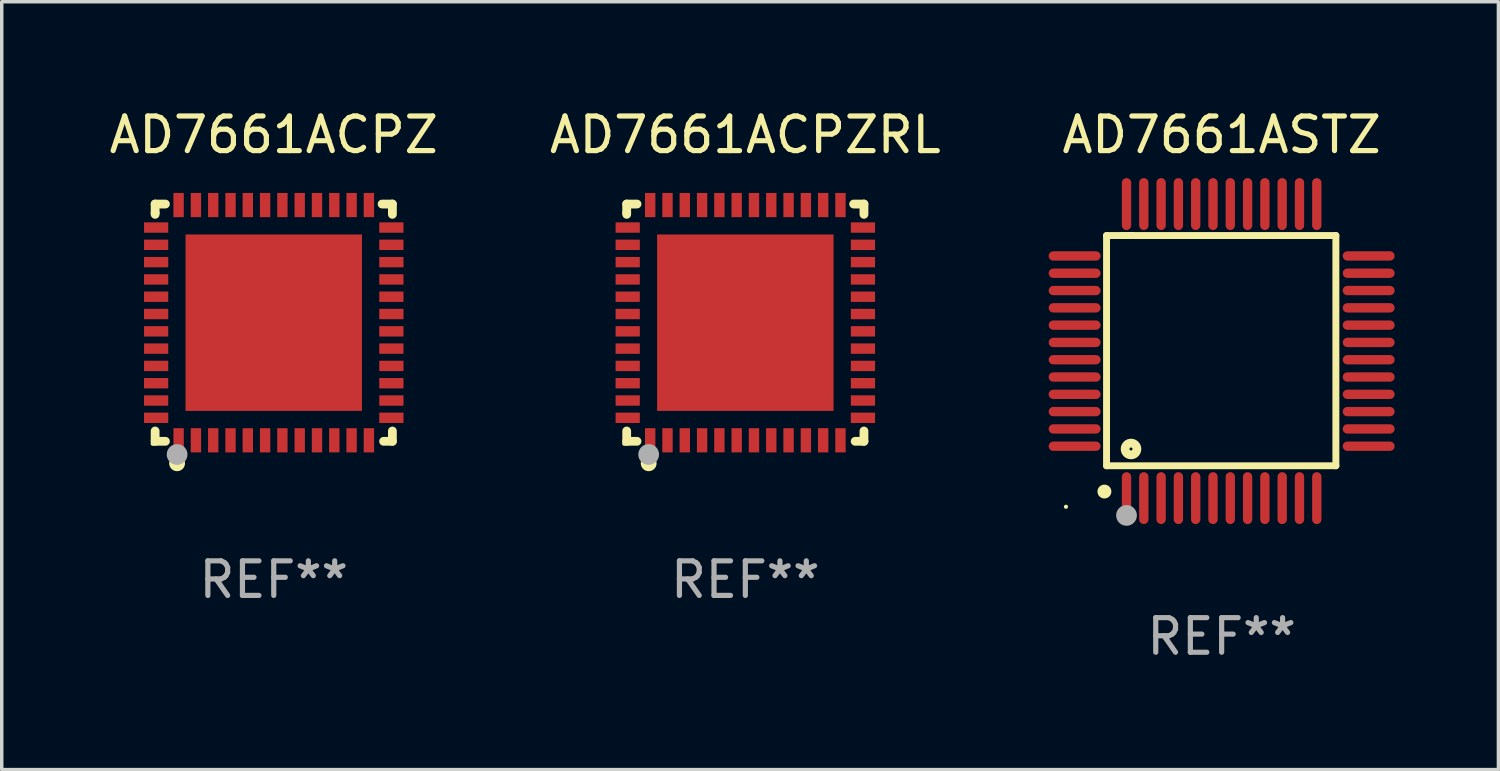
<source format=kicad_pcb>
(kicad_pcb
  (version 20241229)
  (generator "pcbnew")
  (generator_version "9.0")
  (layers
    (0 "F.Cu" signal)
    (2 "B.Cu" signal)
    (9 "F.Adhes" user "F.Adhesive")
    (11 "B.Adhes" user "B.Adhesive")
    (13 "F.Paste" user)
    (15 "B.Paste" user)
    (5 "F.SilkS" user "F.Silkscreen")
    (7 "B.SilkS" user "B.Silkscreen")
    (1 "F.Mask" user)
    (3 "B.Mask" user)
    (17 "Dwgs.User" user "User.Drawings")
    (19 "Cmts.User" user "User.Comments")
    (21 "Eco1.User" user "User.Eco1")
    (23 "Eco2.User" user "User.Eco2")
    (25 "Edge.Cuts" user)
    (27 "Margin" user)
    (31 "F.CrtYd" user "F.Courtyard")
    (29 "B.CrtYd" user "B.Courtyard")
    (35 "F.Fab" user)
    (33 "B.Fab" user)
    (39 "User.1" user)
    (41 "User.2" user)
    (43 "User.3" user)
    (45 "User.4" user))
  (footprint "AD7661ACPZ"
    (layer "F.Cu")
    (at 4.863 6.277)
    (property "Reference" "AD7661ACPZ" (at 0 -5.429 0) (layer "F.SilkS") (effects (font (size 1 1) (thickness 0.15))))
    (attr through_hole)
    (fp_line (start -3.429 -3.429) (end -3.429 -3.175) (stroke (width 0.254) (type solid)) (layer "F.SilkS"))
    (fp_line (start -3.429 -3.175) (end -3.429 -3.131) (stroke (width 0.254) (type solid)) (layer "F.SilkS"))
    (fp_line (start -3.429 3.131) (end -3.429 3.429) (stroke (width 0.254) (type solid)) (layer "F.SilkS"))
    (fp_line (start -3.429 3.429) (end -3.131 3.429) (stroke (width 0.254) (type solid)) (layer "F.SilkS"))
    (fp_line (start -3.131 -3.429) (end -3.429 -3.429) (stroke (width 0.254) (type solid)) (layer "F.SilkS"))
    (fp_line (start 3.131 -3.429) (end 3.429 -3.429) (stroke (width 0.254) (type solid)) (layer "F.SilkS"))
    (fp_line (start 3.429 -3.429) (end 3.429 -3.131) (stroke (width 0.254) (type solid)) (layer "F.SilkS"))
    (fp_line (start 3.429 3.131) (end 3.429 3.429) (stroke (width 0.254) (type solid)) (layer "F.SilkS"))
    (fp_line (start 3.429 3.429) (end 3.175 3.429) (stroke (width 0.254) (type solid)) (layer "F.SilkS"))
    (fp_circle (center -3.5 3.5) (end -3.47 3.5) (stroke (width 0.06) (type solid)) (fill no) (layer "F.SilkS"))
    (fp_circle (center -2.794 4.064) (end -2.667 4.064) (stroke (width 0.204) (type solid)) (fill no) (layer "F.SilkS"))
    (fp_circle (center -2.794 3.81) (end -2.644 3.81) (stroke (width 0.3) (type solid)) (fill no) (layer "F.Fab"))
    (fp_text user "REF**" (at 0 7.429 0) (layer "F.Fab") (effects (font (size 1 1) (thickness 0.15))))
    (pad "1" smd rect (at -2.75 3.4) (size 0.3 0.7) (layers "F.Cu" "F.Mask" "F.Paste"))
    (pad "2" smd rect (at -2.25 3.4) (size 0.3 0.7) (layers "F.Cu" "F.Mask" "F.Paste"))
    (pad "3" smd rect (at -1.75 3.4) (size 0.3 0.7) (layers "F.Cu" "F.Mask" "F.Paste"))
    (pad "4" smd rect (at -1.25 3.4) (size 0.3 0.7) (layers "F.Cu" "F.Mask" "F.Paste"))
    (pad "5" smd rect (at -0.75 3.4) (size 0.3 0.7) (layers "F.Cu" "F.Mask" "F.Paste"))
    (pad "6" smd rect (at -0.25 3.4) (size 0.3 0.7) (layers "F.Cu" "F.Mask" "F.Paste"))
    (pad "7" smd rect (at 0.25 3.4) (size 0.3 0.7) (layers "F.Cu" "F.Mask" "F.Paste"))
    (pad "8" smd rect (at 0.75 3.4) (size 0.3 0.7) (layers "F.Cu" "F.Mask" "F.Paste"))
    (pad "9" smd rect (at 1.25 3.4) (size 0.3 0.7) (layers "F.Cu" "F.Mask" "F.Paste"))
    (pad "10" smd rect (at 1.75 3.4) (size 0.3 0.7) (layers "F.Cu" "F.Mask" "F.Paste"))
    (pad "11" smd rect (at 2.25 3.4) (size 0.3 0.7) (layers "F.Cu" "F.Mask" "F.Paste"))
    (pad "12" smd rect (at 2.75 3.4) (size 0.3 0.7) (layers "F.Cu" "F.Mask" "F.Paste"))
    (pad "13" smd rect (at 3.4 2.75) (size 0.7 0.3) (layers "F.Cu" "F.Mask" "F.Paste"))
    (pad "14" smd rect (at 3.4 2.25) (size 0.7 0.3) (layers "F.Cu" "F.Mask" "F.Paste"))
    (pad "15" smd rect (at 3.4 1.75) (size 0.7 0.3) (layers "F.Cu" "F.Mask" "F.Paste"))
    (pad "16" smd rect (at 3.4 1.25) (size 0.7 0.3) (layers "F.Cu" "F.Mask" "F.Paste"))
    (pad "17" smd rect (at 3.4 0.75) (size 0.7 0.3) (layers "F.Cu" "F.Mask" "F.Paste"))
    (pad "18" smd rect (at 3.4 0.25) (size 0.7 0.3) (layers "F.Cu" "F.Mask" "F.Paste"))
    (pad "19" smd rect (at 3.4 -0.25) (size 0.7 0.3) (layers "F.Cu" "F.Mask" "F.Paste"))
    (pad "20" smd rect (at 3.4 -0.75) (size 0.7 0.3) (layers "F.Cu" "F.Mask" "F.Paste"))
    (pad "21" smd rect (at 3.4 -1.25) (size 0.7 0.3) (layers "F.Cu" "F.Mask" "F.Paste"))
    (pad "22" smd rect (at 3.4 -1.75) (size 0.7 0.3) (layers "F.Cu" "F.Mask" "F.Paste"))
    (pad "23" smd rect (at 3.4 -2.25) (size 0.7 0.3) (layers "F.Cu" "F.Mask" "F.Paste"))
    (pad "24" smd rect (at 3.4 -2.75) (size 0.7 0.3) (layers "F.Cu" "F.Mask" "F.Paste"))
    (pad "25" smd rect (at 2.75 -3.4) (size 0.3 0.7) (layers "F.Cu" "F.Mask" "F.Paste"))
    (pad "26" smd rect (at 2.25 -3.4) (size 0.3 0.7) (layers "F.Cu" "F.Mask" "F.Paste"))
    (pad "27" smd rect (at 1.75 -3.4) (size 0.3 0.7) (layers "F.Cu" "F.Mask" "F.Paste"))
    (pad "28" smd rect (at 1.25 -3.4) (size 0.3 0.7) (layers "F.Cu" "F.Mask" "F.Paste"))
    (pad "29" smd rect (at 0.75 -3.4) (size 0.3 0.7) (layers "F.Cu" "F.Mask" "F.Paste"))
    (pad "30" smd rect (at 0.25 -3.4) (size 0.3 0.7) (layers "F.Cu" "F.Mask" "F.Paste"))
    (pad "31" smd rect (at -0.25 -3.4) (size 0.3 0.7) (layers "F.Cu" "F.Mask" "F.Paste"))
    (pad "32" smd rect (at -0.75 -3.4) (size 0.3 0.7) (layers "F.Cu" "F.Mask" "F.Paste"))
    (pad "33" smd rect (at -1.25 -3.4) (size 0.3 0.7) (layers "F.Cu" "F.Mask" "F.Paste"))
    (pad "34" smd rect (at -1.75 -3.4) (size 0.3 0.7) (layers "F.Cu" "F.Mask" "F.Paste"))
    (pad "35" smd rect (at -2.25 -3.4) (size 0.3 0.7) (layers "F.Cu" "F.Mask" "F.Paste"))
    (pad "36" smd rect (at -2.75 -3.4) (size 0.3 0.7) (layers "F.Cu" "F.Mask" "F.Paste"))
    (pad "37" smd rect (at -3.4 -2.75) (size 0.7 0.3) (layers "F.Cu" "F.Mask" "F.Paste"))
    (pad "38" smd rect (at -3.4 -2.25) (size 0.7 0.3) (layers "F.Cu" "F.Mask" "F.Paste"))
    (pad "39" smd rect (at -3.4 -1.75) (size 0.7 0.3) (layers "F.Cu" "F.Mask" "F.Paste"))
    (pad "40" smd rect (at -3.4 -1.25) (size 0.7 0.3) (layers "F.Cu" "F.Mask" "F.Paste"))
    (pad "41" smd rect (at -3.4 -0.75) (size 0.7 0.3) (layers "F.Cu" "F.Mask" "F.Paste"))
    (pad "42" smd rect (at -3.4 -0.25) (size 0.7 0.3) (layers "F.Cu" "F.Mask" "F.Paste"))
    (pad "43" smd rect (at -3.4 0.25) (size 0.7 0.3) (layers "F.Cu" "F.Mask" "F.Paste"))
    (pad "44" smd rect (at -3.4 0.75) (size 0.7 0.3) (layers "F.Cu" "F.Mask" "F.Paste"))
    (pad "45" smd rect (at -3.4 1.25) (size 0.7 0.3) (layers "F.Cu" "F.Mask" "F.Paste"))
    (pad "46" smd rect (at -3.4 1.75) (size 0.7 0.3) (layers "F.Cu" "F.Mask" "F.Paste"))
    (pad "47" smd rect (at -3.4 2.25) (size 0.7 0.3) (layers "F.Cu" "F.Mask" "F.Paste"))
    (pad "48" smd rect (at -3.4 2.75) (size 0.7 0.3) (layers "F.Cu" "F.Mask" "F.Paste"))
    (pad "49" smd rect (at 0 0) (size 5.1 5.1) (layers "F.Cu" "F.Mask" "F.Paste")))
  (footprint "AD7661ACPZRL"
    (layer "F.Cu")
    (at 18.494 6.277)
    (property "Reference" "AD7661ACPZRL" (at 0 -5.429 0) (layer "F.SilkS") (effects (font (size 1 1) (thickness 0.15))))
    (attr through_hole)
    (fp_line (start -3.429 -3.429) (end -3.429 -3.175) (stroke (width 0.254) (type solid)) (layer "F.SilkS"))
    (fp_line (start -3.429 -3.175) (end -3.429 -3.131) (stroke (width 0.254) (type solid)) (layer "F.SilkS"))
    (fp_line (start -3.429 3.131) (end -3.429 3.429) (stroke (width 0.254) (type solid)) (layer "F.SilkS"))
    (fp_line (start -3.429 3.429) (end -3.131 3.429) (stroke (width 0.254) (type solid)) (layer "F.SilkS"))
    (fp_line (start -3.131 -3.429) (end -3.429 -3.429) (stroke (width 0.254) (type solid)) (layer "F.SilkS"))
    (fp_line (start 3.131 -3.429) (end 3.429 -3.429) (stroke (width 0.254) (type solid)) (layer "F.SilkS"))
    (fp_line (start 3.429 -3.429) (end 3.429 -3.131) (stroke (width 0.254) (type solid)) (layer "F.SilkS"))
    (fp_line (start 3.429 3.131) (end 3.429 3.429) (stroke (width 0.254) (type solid)) (layer "F.SilkS"))
    (fp_line (start 3.429 3.429) (end 3.175 3.429) (stroke (width 0.254) (type solid)) (layer "F.SilkS"))
    (fp_circle (center -3.5 3.5) (end -3.47 3.5) (stroke (width 0.06) (type solid)) (fill no) (layer "F.SilkS"))
    (fp_circle (center -2.794 4.064) (end -2.667 4.064) (stroke (width 0.204) (type solid)) (fill no) (layer "F.SilkS"))
    (fp_circle (center -2.794 3.81) (end -2.644 3.81) (stroke (width 0.3) (type solid)) (fill no) (layer "F.Fab"))
    (fp_text user "REF**" (at 0 7.429 0) (layer "F.Fab") (effects (font (size 1 1) (thickness 0.15))))
    (pad "1" smd rect (at -2.75 3.4) (size 0.3 0.7) (layers "F.Cu" "F.Mask" "F.Paste"))
    (pad "2" smd rect (at -2.25 3.4) (size 0.3 0.7) (layers "F.Cu" "F.Mask" "F.Paste"))
    (pad "3" smd rect (at -1.75 3.4) (size 0.3 0.7) (layers "F.Cu" "F.Mask" "F.Paste"))
    (pad "4" smd rect (at -1.25 3.4) (size 0.3 0.7) (layers "F.Cu" "F.Mask" "F.Paste"))
    (pad "5" smd rect (at -0.75 3.4) (size 0.3 0.7) (layers "F.Cu" "F.Mask" "F.Paste"))
    (pad "6" smd rect (at -0.25 3.4) (size 0.3 0.7) (layers "F.Cu" "F.Mask" "F.Paste"))
    (pad "7" smd rect (at 0.25 3.4) (size 0.3 0.7) (layers "F.Cu" "F.Mask" "F.Paste"))
    (pad "8" smd rect (at 0.75 3.4) (size 0.3 0.7) (layers "F.Cu" "F.Mask" "F.Paste"))
    (pad "9" smd rect (at 1.25 3.4) (size 0.3 0.7) (layers "F.Cu" "F.Mask" "F.Paste"))
    (pad "10" smd rect (at 1.75 3.4) (size 0.3 0.7) (layers "F.Cu" "F.Mask" "F.Paste"))
    (pad "11" smd rect (at 2.25 3.4) (size 0.3 0.7) (layers "F.Cu" "F.Mask" "F.Paste"))
    (pad "12" smd rect (at 2.75 3.4) (size 0.3 0.7) (layers "F.Cu" "F.Mask" "F.Paste"))
    (pad "13" smd rect (at 3.4 2.75) (size 0.7 0.3) (layers "F.Cu" "F.Mask" "F.Paste"))
    (pad "14" smd rect (at 3.4 2.25) (size 0.7 0.3) (layers "F.Cu" "F.Mask" "F.Paste"))
    (pad "15" smd rect (at 3.4 1.75) (size 0.7 0.3) (layers "F.Cu" "F.Mask" "F.Paste"))
    (pad "16" smd rect (at 3.4 1.25) (size 0.7 0.3) (layers "F.Cu" "F.Mask" "F.Paste"))
    (pad "17" smd rect (at 3.4 0.75) (size 0.7 0.3) (layers "F.Cu" "F.Mask" "F.Paste"))
    (pad "18" smd rect (at 3.4 0.25) (size 0.7 0.3) (layers "F.Cu" "F.Mask" "F.Paste"))
    (pad "19" smd rect (at 3.4 -0.25) (size 0.7 0.3) (layers "F.Cu" "F.Mask" "F.Paste"))
    (pad "20" smd rect (at 3.4 -0.75) (size 0.7 0.3) (layers "F.Cu" "F.Mask" "F.Paste"))
    (pad "21" smd rect (at 3.4 -1.25) (size 0.7 0.3) (layers "F.Cu" "F.Mask" "F.Paste"))
    (pad "22" smd rect (at 3.4 -1.75) (size 0.7 0.3) (layers "F.Cu" "F.Mask" "F.Paste"))
    (pad "23" smd rect (at 3.4 -2.25) (size 0.7 0.3) (layers "F.Cu" "F.Mask" "F.Paste"))
    (pad "24" smd rect (at 3.4 -2.75) (size 0.7 0.3) (layers "F.Cu" "F.Mask" "F.Paste"))
    (pad "25" smd rect (at 2.75 -3.4) (size 0.3 0.7) (layers "F.Cu" "F.Mask" "F.Paste"))
    (pad "26" smd rect (at 2.25 -3.4) (size 0.3 0.7) (layers "F.Cu" "F.Mask" "F.Paste"))
    (pad "27" smd rect (at 1.75 -3.4) (size 0.3 0.7) (layers "F.Cu" "F.Mask" "F.Paste"))
    (pad "28" smd rect (at 1.25 -3.4) (size 0.3 0.7) (layers "F.Cu" "F.Mask" "F.Paste"))
    (pad "29" smd rect (at 0.75 -3.4) (size 0.3 0.7) (layers "F.Cu" "F.Mask" "F.Paste"))
    (pad "30" smd rect (at 0.25 -3.4) (size 0.3 0.7) (layers "F.Cu" "F.Mask" "F.Paste"))
    (pad "31" smd rect (at -0.25 -3.4) (size 0.3 0.7) (layers "F.Cu" "F.Mask" "F.Paste"))
    (pad "32" smd rect (at -0.75 -3.4) (size 0.3 0.7) (layers "F.Cu" "F.Mask" "F.Paste"))
    (pad "33" smd rect (at -1.25 -3.4) (size 0.3 0.7) (layers "F.Cu" "F.Mask" "F.Paste"))
    (pad "34" smd rect (at -1.75 -3.4) (size 0.3 0.7) (layers "F.Cu" "F.Mask" "F.Paste"))
    (pad "35" smd rect (at -2.25 -3.4) (size 0.3 0.7) (layers "F.Cu" "F.Mask" "F.Paste"))
    (pad "36" smd rect (at -2.75 -3.4) (size 0.3 0.7) (layers "F.Cu" "F.Mask" "F.Paste"))
    (pad "37" smd rect (at -3.4 -2.75) (size 0.7 0.3) (layers "F.Cu" "F.Mask" "F.Paste"))
    (pad "38" smd rect (at -3.4 -2.25) (size 0.7 0.3) (layers "F.Cu" "F.Mask" "F.Paste"))
    (pad "39" smd rect (at -3.4 -1.75) (size 0.7 0.3) (layers "F.Cu" "F.Mask" "F.Paste"))
    (pad "40" smd rect (at -3.4 -1.25) (size 0.7 0.3) (layers "F.Cu" "F.Mask" "F.Paste"))
    (pad "41" smd rect (at -3.4 -0.75) (size 0.7 0.3) (layers "F.Cu" "F.Mask" "F.Paste"))
    (pad "42" smd rect (at -3.4 -0.25) (size 0.7 0.3) (layers "F.Cu" "F.Mask" "F.Paste"))
    (pad "43" smd rect (at -3.4 0.25) (size 0.7 0.3) (layers "F.Cu" "F.Mask" "F.Paste"))
    (pad "44" smd rect (at -3.4 0.75) (size 0.7 0.3) (layers "F.Cu" "F.Mask" "F.Paste"))
    (pad "45" smd rect (at -3.4 1.25) (size 0.7 0.3) (layers "F.Cu" "F.Mask" "F.Paste"))
    (pad "46" smd rect (at -3.4 1.75) (size 0.7 0.3) (layers "F.Cu" "F.Mask" "F.Paste"))
    (pad "47" smd rect (at -3.4 2.25) (size 0.7 0.3) (layers "F.Cu" "F.Mask" "F.Paste"))
    (pad "48" smd rect (at -3.4 2.75) (size 0.7 0.3) (layers "F.Cu" "F.Mask" "F.Paste"))
    (pad "49" smd rect (at 0 0) (size 5.1 5.1) (layers "F.Cu" "F.Mask" "F.Paste")))
  (footprint "AD7661ASTZ"
    (layer "F.Cu")
    (at 32.262 7.098)
    (property "Reference" "AD7661ASTZ" (at 0 -6.25 0) (layer "F.SilkS") (effects (font (size 1 1) (thickness 0.15))))
    (attr through_hole)
    (fp_line (start -3.327 -3.34) (end -2.565 -3.34) (stroke (width 0.2) (type solid)) (layer "F.SilkS"))
    (fp_line (start -3.327 3.315) (end -3.327 -3.34) (stroke (width 0.2) (type solid)) (layer "F.SilkS"))
    (fp_line (start -2.896 -3.34) (end 3.302 -3.34) (stroke (width 0.2) (type solid)) (layer "F.SilkS"))
    (fp_line (start 3.302 -3.34) (end 3.302 3.315) (stroke (width 0.2) (type solid)) (layer "F.SilkS"))
    (fp_line (start 3.302 3.315) (end -3.327 3.315) (stroke (width 0.2) (type solid)) (layer "F.SilkS"))
    (fp_arc (start -3.389992 4.059995) (mid -3.388722 4.059991) (end -3.387452 4.059995) (stroke (width 0.4) (type solid)) (layer "F.SilkS"))
    (fp_circle (center -4.5 4.5) (end -4.47 4.5) (stroke (width 0.06) (type solid)) (fill no) (layer "F.SilkS"))
    (fp_circle (center -2.62 2.83) (end -2.45 2.83) (stroke (width 0.254) (type solid)) (fill no) (layer "F.SilkS"))
    (fp_circle (center -2.75 4.75) (end -2.6 4.75) (stroke (width 0.3) (type solid)) (fill no) (layer "F.Fab"))
    (fp_text user "REF**" (at 0 8.25 0) (layer "F.Fab") (effects (font (size 1 1) (thickness 0.15))))
    (pad "1" smd oval (at -2.75 4.25) (size 0.27 1.5) (layers "F.Cu" "F.Mask" "F.Paste"))
    (pad "2" smd oval (at -2.25 4.25) (size 0.27 1.5) (layers "F.Cu" "F.Mask" "F.Paste"))
    (pad "3" smd oval (at -1.75 4.25) (size 0.27 1.5) (layers "F.Cu" "F.Mask" "F.Paste"))
    (pad "4" smd oval (at -1.25 4.25) (size 0.27 1.5) (layers "F.Cu" "F.Mask" "F.Paste"))
    (pad "5" smd oval (at -0.75 4.25) (size 0.27 1.5) (layers "F.Cu" "F.Mask" "F.Paste"))
    (pad "6" smd oval (at -0.25 4.25) (size 0.27 1.5) (layers "F.Cu" "F.Mask" "F.Paste"))
    (pad "7" smd oval (at 0.25 4.25) (size 0.27 1.5) (layers "F.Cu" "F.Mask" "F.Paste"))
    (pad "8" smd oval (at 0.75 4.25) (size 0.27 1.5) (layers "F.Cu" "F.Mask" "F.Paste"))
    (pad "9" smd oval (at 1.25 4.25) (size 0.27 1.5) (layers "F.Cu" "F.Mask" "F.Paste"))
    (pad "10" smd oval (at 1.75 4.25) (size 0.27 1.5) (layers "F.Cu" "F.Mask" "F.Paste"))
    (pad "11" smd oval (at 2.25 4.25) (size 0.27 1.5) (layers "F.Cu" "F.Mask" "F.Paste"))
    (pad "12" smd oval (at 2.75 4.25) (size 0.27 1.5) (layers "F.Cu" "F.Mask" "F.Paste"))
    (pad "13" smd oval (at 4.25 2.75) (size 1.5 0.27) (layers "F.Cu" "F.Mask" "F.Paste"))
    (pad "14" smd oval (at 4.25 2.25) (size 1.5 0.27) (layers "F.Cu" "F.Mask" "F.Paste"))
    (pad "15" smd oval (at 4.25 1.75) (size 1.5 0.27) (layers "F.Cu" "F.Mask" "F.Paste"))
    (pad "16" smd oval (at 4.25 1.25) (size 1.5 0.27) (layers "F.Cu" "F.Mask" "F.Paste"))
    (pad "17" smd oval (at 4.25 0.75) (size 1.5 0.27) (layers "F.Cu" "F.Mask" "F.Paste"))
    (pad "18" smd oval (at 4.25 0.25) (size 1.5 0.27) (layers "F.Cu" "F.Mask" "F.Paste"))
    (pad "19" smd oval (at 4.25 -0.25) (size 1.5 0.27) (layers "F.Cu" "F.Mask" "F.Paste"))
    (pad "20" smd oval (at 4.25 -0.75) (size 1.5 0.27) (layers "F.Cu" "F.Mask" "F.Paste"))
    (pad "21" smd oval (at 4.25 -1.25) (size 1.5 0.27) (layers "F.Cu" "F.Mask" "F.Paste"))
    (pad "22" smd oval (at 4.25 -1.75) (size 1.5 0.27) (layers "F.Cu" "F.Mask" "F.Paste"))
    (pad "23" smd oval (at 4.25 -2.25) (size 1.5 0.27) (layers "F.Cu" "F.Mask" "F.Paste"))
    (pad "24" smd oval (at 4.25 -2.75) (size 1.5 0.27) (layers "F.Cu" "F.Mask" "F.Paste"))
    (pad "25" smd oval (at 2.75 -4.25) (size 0.27 1.5) (layers "F.Cu" "F.Mask" "F.Paste"))
    (pad "26" smd oval (at 2.25 -4.25) (size 0.27 1.5) (layers "F.Cu" "F.Mask" "F.Paste"))
    (pad "27" smd oval (at 1.75 -4.25) (size 0.27 1.5) (layers "F.Cu" "F.Mask" "F.Paste"))
    (pad "28" smd oval (at 1.25 -4.25) (size 0.27 1.5) (layers "F.Cu" "F.Mask" "F.Paste"))
    (pad "29" smd oval (at 0.75 -4.25) (size 0.27 1.5) (layers "F.Cu" "F.Mask" "F.Paste"))
    (pad "30" smd oval (at 0.25 -4.25) (size 0.27 1.5) (layers "F.Cu" "F.Mask" "F.Paste"))
    (pad "31" smd oval (at -0.25 -4.25) (size 0.27 1.5) (layers "F.Cu" "F.Mask" "F.Paste"))
    (pad "32" smd oval (at -0.75 -4.25) (size 0.27 1.5) (layers "F.Cu" "F.Mask" "F.Paste"))
    (pad "33" smd oval (at -1.25 -4.25) (size 0.27 1.5) (layers "F.Cu" "F.Mask" "F.Paste"))
    (pad "34" smd oval (at -1.75 -4.25) (size 0.27 1.5) (layers "F.Cu" "F.Mask" "F.Paste"))
    (pad "35" smd oval (at -2.25 -4.25) (size 0.27 1.5) (layers "F.Cu" "F.Mask" "F.Paste"))
    (pad "36" smd oval (at -2.75 -4.25) (size 0.27 1.5) (layers "F.Cu" "F.Mask" "F.Paste"))
    (pad "37" smd oval (at -4.25 -2.75) (size 1.5 0.27) (layers "F.Cu" "F.Mask" "F.Paste"))
    (pad "38" smd oval (at -4.25 -2.25) (size 1.5 0.27) (layers "F.Cu" "F.Mask" "F.Paste"))
    (pad "39" smd oval (at -4.25 -1.75) (size 1.5 0.27) (layers "F.Cu" "F.Mask" "F.Paste"))
    (pad "40" smd oval (at -4.25 -1.25) (size 1.5 0.27) (layers "F.Cu" "F.Mask" "F.Paste"))
    (pad "41" smd oval (at -4.25 -0.75) (size 1.5 0.27) (layers "F.Cu" "F.Mask" "F.Paste"))
    (pad "42" smd oval (at -4.25 -0.25) (size 1.5 0.27) (layers "F.Cu" "F.Mask" "F.Paste"))
    (pad "43" smd oval (at -4.25 0.25) (size 1.5 0.27) (layers "F.Cu" "F.Mask" "F.Paste"))
    (pad "44" smd oval (at -4.25 0.75) (size 1.5 0.27) (layers "F.Cu" "F.Mask" "F.Paste"))
    (pad "45" smd oval (at -4.25 1.25) (size 1.5 0.27) (layers "F.Cu" "F.Mask" "F.Paste"))
    (pad "46" smd oval (at -4.25 1.75) (size 1.5 0.27) (layers "F.Cu" "F.Mask" "F.Paste"))
    (pad "47" smd oval (at -4.25 2.25) (size 1.5 0.27) (layers "F.Cu" "F.Mask" "F.Paste"))
    (pad "48" smd oval (at -4.25 2.75) (size 1.5 0.27) (layers "F.Cu" "F.Mask" "F.Paste")))
  (gr_rect
    (start -3 -3)
    (end 40.262 19.196)
    (stroke (width 0.1) (type default))
    (fill no)
    (layer "Edge.Cuts")))
</source>
